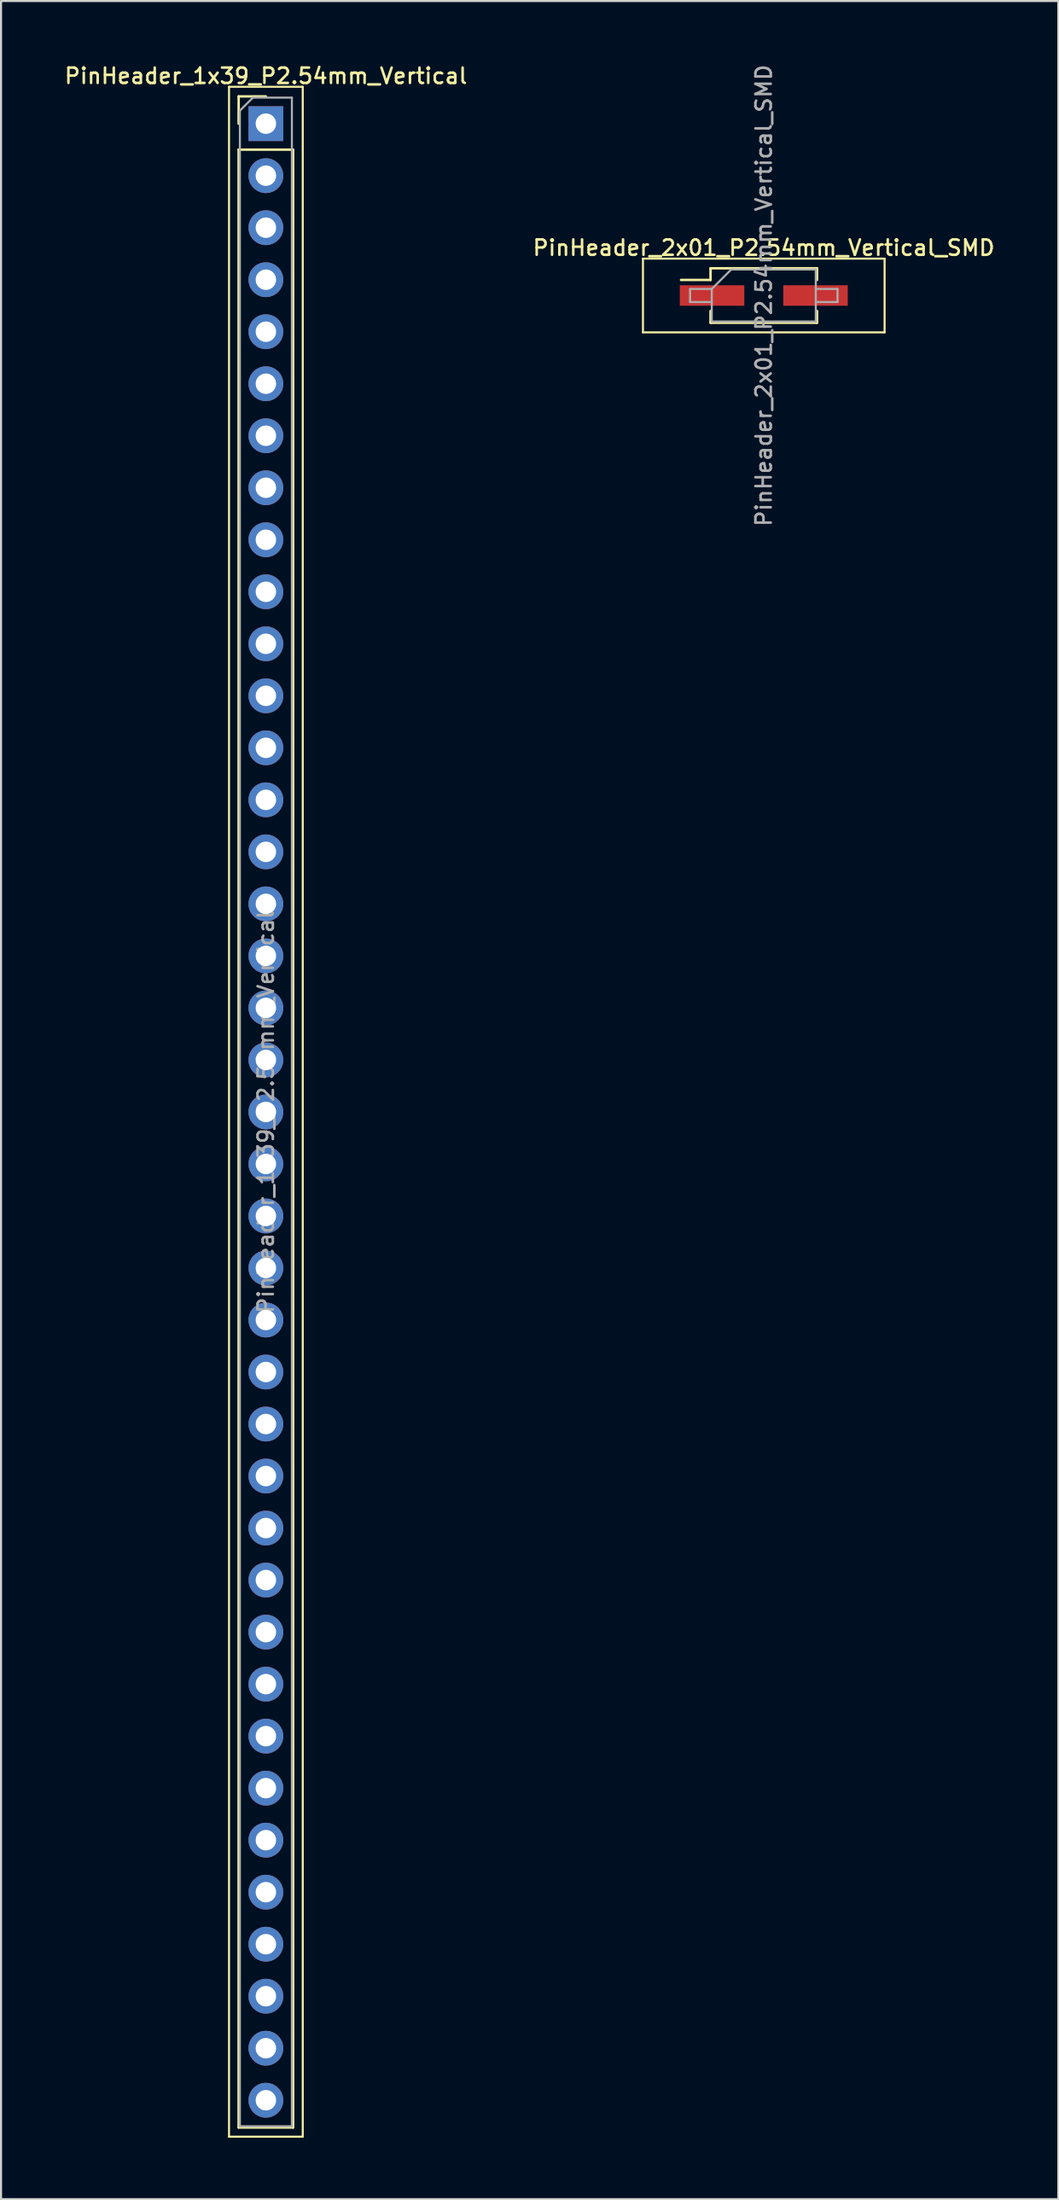
<source format=kicad_pcb>
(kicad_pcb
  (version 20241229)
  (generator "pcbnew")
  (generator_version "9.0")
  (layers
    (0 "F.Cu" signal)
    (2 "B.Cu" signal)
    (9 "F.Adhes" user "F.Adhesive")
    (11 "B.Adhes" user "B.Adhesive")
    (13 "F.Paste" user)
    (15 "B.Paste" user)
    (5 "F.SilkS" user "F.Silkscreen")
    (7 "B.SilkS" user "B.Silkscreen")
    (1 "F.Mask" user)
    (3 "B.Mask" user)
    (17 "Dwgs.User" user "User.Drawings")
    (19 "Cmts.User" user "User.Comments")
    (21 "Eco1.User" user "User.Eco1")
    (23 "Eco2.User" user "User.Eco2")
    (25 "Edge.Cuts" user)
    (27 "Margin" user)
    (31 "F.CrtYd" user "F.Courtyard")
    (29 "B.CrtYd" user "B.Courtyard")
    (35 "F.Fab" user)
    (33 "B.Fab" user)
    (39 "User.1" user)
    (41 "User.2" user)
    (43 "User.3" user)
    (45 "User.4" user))
  (footprint "PinHeader_2x01_P2.54mm_Vertical_SMD"
    (layer "F.Cu")
    (at 34.248 11.38)
    (property "Reference" "PinHeader_2x01_P2.54mm_Vertical_SMD" (at 0 -2.33 0) (layer "F.SilkS") (effects (font (size 0.75 0.75) (thickness 0.125))))
    (attr smd)
    (fp_line (start -5.9 -1.8) (end -5.9 1.8) (stroke (width 0.1) (type solid)) (layer "F.SilkS"))
    (fp_line (start -5.9 1.8) (end 5.9 1.8) (stroke (width 0.1) (type solid)) (layer "F.SilkS"))
    (fp_line (start -4.04 -0.76) (end -2.6 -0.76) (stroke (width 0.12) (type solid)) (layer "F.SilkS"))
    (fp_line (start -2.6 -1.33) (end -2.6 -0.76) (stroke (width 0.12) (type solid)) (layer "F.SilkS"))
    (fp_line (start -2.6 -1.33) (end 2.6 -1.33) (stroke (width 0.12) (type solid)) (layer "F.SilkS"))
    (fp_line (start -2.6 0.76) (end -2.6 1.33) (stroke (width 0.12) (type solid)) (layer "F.SilkS"))
    (fp_line (start -2.6 1.33) (end 2.6 1.33) (stroke (width 0.12) (type solid)) (layer "F.SilkS"))
    (fp_line (start 2.6 -1.33) (end 2.6 -0.76) (stroke (width 0.12) (type solid)) (layer "F.SilkS"))
    (fp_line (start 2.6 0.76) (end 2.6 1.33) (stroke (width 0.12) (type solid)) (layer "F.SilkS"))
    (fp_line (start 5.9 -1.8) (end -5.9 -1.8) (stroke (width 0.1) (type solid)) (layer "F.SilkS"))
    (fp_line (start 5.9 1.8) (end 5.9 -1.8) (stroke (width 0.1) (type solid)) (layer "F.SilkS"))
    (fp_line (start -3.6 -0.32) (end -3.6 0.32) (stroke (width 0.1) (type solid)) (layer "F.Fab"))
    (fp_line (start -3.6 0.32) (end -2.54 0.32) (stroke (width 0.1) (type solid)) (layer "F.Fab"))
    (fp_line (start -2.54 -0.32) (end -3.6 -0.32) (stroke (width 0.1) (type solid)) (layer "F.Fab"))
    (fp_line (start -2.54 -0.32) (end -1.59 -1.27) (stroke (width 0.1) (type solid)) (layer "F.Fab"))
    (fp_line (start -2.54 1.27) (end -2.54 -0.32) (stroke (width 0.1) (type solid)) (layer "F.Fab"))
    (fp_line (start -1.59 -1.27) (end 2.54 -1.27) (stroke (width 0.1) (type solid)) (layer "F.Fab"))
    (fp_line (start 2.54 -1.27) (end 2.54 1.27) (stroke (width 0.1) (type solid)) (layer "F.Fab"))
    (fp_line (start 2.54 -0.32) (end 3.6 -0.32) (stroke (width 0.1) (type solid)) (layer "F.Fab"))
    (fp_line (start 2.54 1.27) (end -2.54 1.27) (stroke (width 0.1) (type solid)) (layer "F.Fab"))
    (fp_line (start 3.6 -0.32) (end 3.6 0.32) (stroke (width 0.1) (type solid)) (layer "F.Fab"))
    (fp_line (start 3.6 0.32) (end 2.54 0.32) (stroke (width 0.1) (type solid)) (layer "F.Fab"))
    (fp_text user "${REFERENCE}" (at 0 0 90) (layer "F.Fab") (effects (font (size 0.75 0.75) (thickness 0.125))))
    (pad "1" smd rect (at -2.525 0) (size 3.15 1) (layers "F.Cu" "F.Mask" "F.Paste"))
    (pad "2" smd rect (at 2.525 0) (size 3.15 1) (layers "F.Cu" "F.Mask" "F.Paste")))
  (footprint "PinHeader_1x39_P2.54mm_Vertical"
    (layer "F.Cu")
    (at 9.934 2.988)
    (property "Reference" "PinHeader_1x39_P2.54mm_Vertical" (at 0 -2.33 0) (layer "F.SilkS") (effects (font (size 0.75 0.75) (thickness 0.125))))
    (attr through_hole)
    (fp_line (start -1.8 -1.8) (end -1.8 98.3) (stroke (width 0.1) (type solid)) (layer "F.SilkS"))
    (fp_line (start -1.8 98.3) (end 1.8 98.3) (stroke (width 0.1) (type solid)) (layer "F.SilkS"))
    (fp_line (start -1.33 -1.33) (end 0 -1.33) (stroke (width 0.12) (type solid)) (layer "F.SilkS"))
    (fp_line (start -1.33 0) (end -1.33 -1.33) (stroke (width 0.12) (type solid)) (layer "F.SilkS"))
    (fp_line (start -1.33 1.27) (end -1.33 97.85) (stroke (width 0.12) (type solid)) (layer "F.SilkS"))
    (fp_line (start -1.33 1.27) (end 1.33 1.27) (stroke (width 0.12) (type solid)) (layer "F.SilkS"))
    (fp_line (start -1.33 97.85) (end 1.33 97.85) (stroke (width 0.12) (type solid)) (layer "F.SilkS"))
    (fp_line (start 1.33 1.27) (end 1.33 97.85) (stroke (width 0.12) (type solid)) (layer "F.SilkS"))
    (fp_line (start 1.8 -1.8) (end -1.8 -1.8) (stroke (width 0.1) (type solid)) (layer "F.SilkS"))
    (fp_line (start 1.8 98.3) (end 1.8 -1.8) (stroke (width 0.1) (type solid)) (layer "F.SilkS"))
    (fp_line (start -1.27 -0.635) (end -0.635 -1.27) (stroke (width 0.1) (type solid)) (layer "F.Fab"))
    (fp_line (start -1.27 97.79) (end -1.27 -0.635) (stroke (width 0.1) (type solid)) (layer "F.Fab"))
    (fp_line (start -0.635 -1.27) (end 1.27 -1.27) (stroke (width 0.1) (type solid)) (layer "F.Fab"))
    (fp_line (start 1.27 -1.27) (end 1.27 97.79) (stroke (width 0.1) (type solid)) (layer "F.Fab"))
    (fp_line (start 1.27 97.79) (end -1.27 97.79) (stroke (width 0.1) (type solid)) (layer "F.Fab"))
    (fp_text user "${REFERENCE}" (at 0 48.26 90) (layer "F.Fab") (effects (font (size 0.75 0.75) (thickness 0.125))))
    (pad "1" thru_hole rect (at 0 0) (size 1.7 1.7) (drill 1) (layers "*.Cu" "*.Mask"))
    (pad "2" thru_hole oval (at 0 2.54) (size 1.7 1.7) (drill 1) (layers "*.Cu" "*.Mask"))
    (pad "3" thru_hole oval (at 0 5.08) (size 1.7 1.7) (drill 1) (layers "*.Cu" "*.Mask"))
    (pad "4" thru_hole oval (at 0 7.62) (size 1.7 1.7) (drill 1) (layers "*.Cu" "*.Mask"))
    (pad "5" thru_hole oval (at 0 10.16) (size 1.7 1.7) (drill 1) (layers "*.Cu" "*.Mask"))
    (pad "6" thru_hole oval (at 0 12.7) (size 1.7 1.7) (drill 1) (layers "*.Cu" "*.Mask"))
    (pad "7" thru_hole oval (at 0 15.24) (size 1.7 1.7) (drill 1) (layers "*.Cu" "*.Mask"))
    (pad "8" thru_hole oval (at 0 17.78) (size 1.7 1.7) (drill 1) (layers "*.Cu" "*.Mask"))
    (pad "9" thru_hole oval (at 0 20.32) (size 1.7 1.7) (drill 1) (layers "*.Cu" "*.Mask"))
    (pad "10" thru_hole oval (at 0 22.86) (size 1.7 1.7) (drill 1) (layers "*.Cu" "*.Mask"))
    (pad "11" thru_hole oval (at 0 25.4) (size 1.7 1.7) (drill 1) (layers "*.Cu" "*.Mask"))
    (pad "12" thru_hole oval (at 0 27.94) (size 1.7 1.7) (drill 1) (layers "*.Cu" "*.Mask"))
    (pad "13" thru_hole oval (at 0 30.48) (size 1.7 1.7) (drill 1) (layers "*.Cu" "*.Mask"))
    (pad "14" thru_hole oval (at 0 33.02) (size 1.7 1.7) (drill 1) (layers "*.Cu" "*.Mask"))
    (pad "15" thru_hole oval (at 0 35.56) (size 1.7 1.7) (drill 1) (layers "*.Cu" "*.Mask"))
    (pad "16" thru_hole oval (at 0 38.1) (size 1.7 1.7) (drill 1) (layers "*.Cu" "*.Mask"))
    (pad "17" thru_hole oval (at 0 40.64) (size 1.7 1.7) (drill 1) (layers "*.Cu" "*.Mask"))
    (pad "18" thru_hole oval (at 0 43.18) (size 1.7 1.7) (drill 1) (layers "*.Cu" "*.Mask"))
    (pad "19" thru_hole oval (at 0 45.72) (size 1.7 1.7) (drill 1) (layers "*.Cu" "*.Mask"))
    (pad "20" thru_hole oval (at 0 48.26) (size 1.7 1.7) (drill 1) (layers "*.Cu" "*.Mask"))
    (pad "21" thru_hole oval (at 0 50.8) (size 1.7 1.7) (drill 1) (layers "*.Cu" "*.Mask"))
    (pad "22" thru_hole oval (at 0 53.34) (size 1.7 1.7) (drill 1) (layers "*.Cu" "*.Mask"))
    (pad "23" thru_hole oval (at 0 55.88) (size 1.7 1.7) (drill 1) (layers "*.Cu" "*.Mask"))
    (pad "24" thru_hole oval (at 0 58.42) (size 1.7 1.7) (drill 1) (layers "*.Cu" "*.Mask"))
    (pad "25" thru_hole oval (at 0 60.96) (size 1.7 1.7) (drill 1) (layers "*.Cu" "*.Mask"))
    (pad "26" thru_hole oval (at 0 63.5) (size 1.7 1.7) (drill 1) (layers "*.Cu" "*.Mask"))
    (pad "27" thru_hole oval (at 0 66.04) (size 1.7 1.7) (drill 1) (layers "*.Cu" "*.Mask"))
    (pad "28" thru_hole oval (at 0 68.58) (size 1.7 1.7) (drill 1) (layers "*.Cu" "*.Mask"))
    (pad "29" thru_hole oval (at 0 71.12) (size 1.7 1.7) (drill 1) (layers "*.Cu" "*.Mask"))
    (pad "30" thru_hole oval (at 0 73.66) (size 1.7 1.7) (drill 1) (layers "*.Cu" "*.Mask"))
    (pad "31" thru_hole oval (at 0 76.2) (size 1.7 1.7) (drill 1) (layers "*.Cu" "*.Mask"))
    (pad "32" thru_hole oval (at 0 78.74) (size 1.7 1.7) (drill 1) (layers "*.Cu" "*.Mask"))
    (pad "33" thru_hole oval (at 0 81.28) (size 1.7 1.7) (drill 1) (layers "*.Cu" "*.Mask"))
    (pad "34" thru_hole oval (at 0 83.82) (size 1.7 1.7) (drill 1) (layers "*.Cu" "*.Mask"))
    (pad "35" thru_hole oval (at 0 86.36) (size 1.7 1.7) (drill 1) (layers "*.Cu" "*.Mask"))
    (pad "36" thru_hole oval (at 0 88.9) (size 1.7 1.7) (drill 1) (layers "*.Cu" "*.Mask"))
    (pad "37" thru_hole oval (at 0 91.44) (size 1.7 1.7) (drill 1) (layers "*.Cu" "*.Mask"))
    (pad "38" thru_hole oval (at 0 93.98) (size 1.7 1.7) (drill 1) (layers "*.Cu" "*.Mask"))
    (pad "39" thru_hole oval (at 0 96.52) (size 1.7 1.7) (drill 1) (layers "*.Cu" "*.Mask")))
  (gr_rect
    (start -3 -3)
    (end 48.629 104.338)
    (stroke (width 0.1) (type default))
    (fill no)
    (layer "Edge.Cuts")))
</source>
